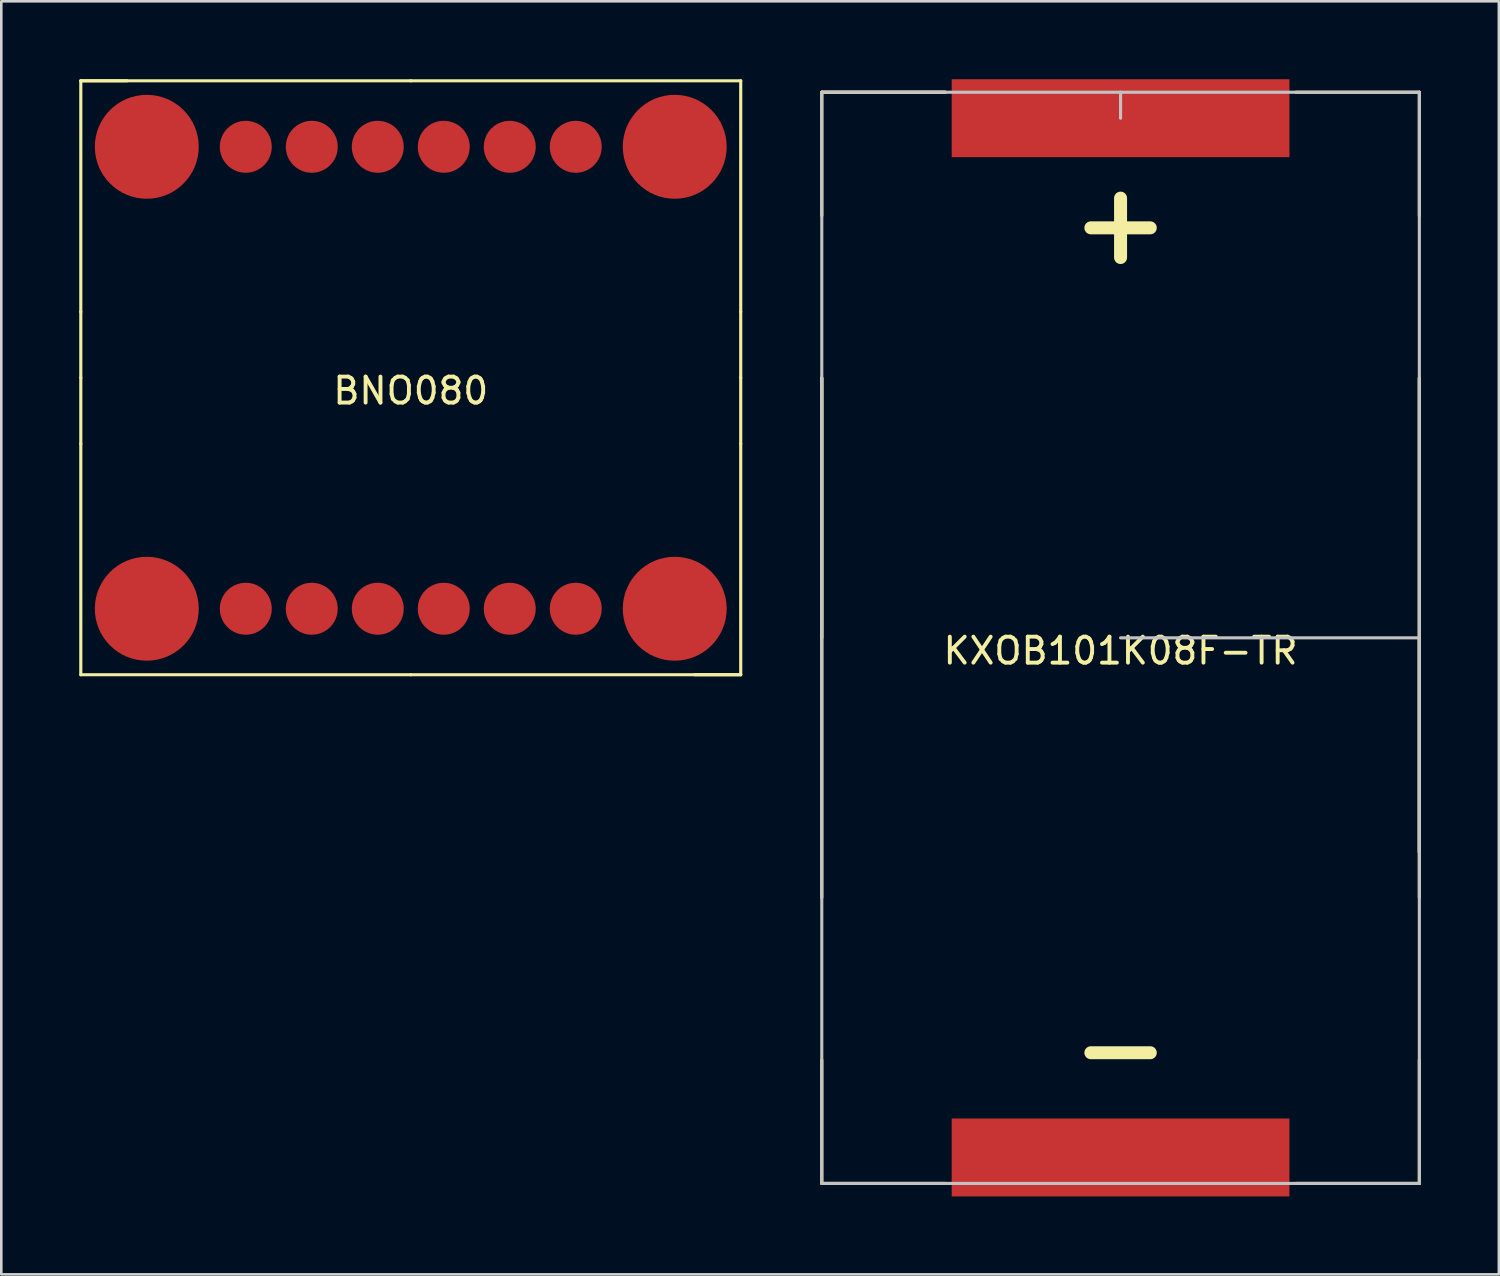
<source format=kicad_pcb>
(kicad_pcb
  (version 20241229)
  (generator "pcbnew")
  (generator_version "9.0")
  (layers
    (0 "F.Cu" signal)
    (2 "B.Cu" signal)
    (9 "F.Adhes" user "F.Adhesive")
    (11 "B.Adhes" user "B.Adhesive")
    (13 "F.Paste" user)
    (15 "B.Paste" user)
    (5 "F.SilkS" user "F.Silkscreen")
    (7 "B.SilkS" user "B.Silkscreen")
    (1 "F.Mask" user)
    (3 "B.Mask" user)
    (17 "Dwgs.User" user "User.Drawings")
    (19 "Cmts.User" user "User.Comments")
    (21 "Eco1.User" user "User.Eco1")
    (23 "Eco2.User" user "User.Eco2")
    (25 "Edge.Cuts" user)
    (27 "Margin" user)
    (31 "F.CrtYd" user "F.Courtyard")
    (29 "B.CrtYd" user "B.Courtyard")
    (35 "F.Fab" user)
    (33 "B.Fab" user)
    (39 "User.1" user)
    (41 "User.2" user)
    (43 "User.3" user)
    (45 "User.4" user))
  (footprint "BNO080"
    (layer "F.Cu")
    (at 12.76 11.49)
    (property "Reference" "BNO080" (at 0 0.5 0) (layer "F.SilkS") (effects (font (size 1 1) (thickness 0.15))))
    (attr through_hole)
    (fp_line (start -12.7 -11.43) (end -10.922 -11.43) (stroke (width 0.12) (type solid)) (layer "F.SilkS"))
    (fp_line (start -12.7 -2.54) (end -12.7 -11.43) (stroke (width 0.12) (type solid)) (layer "F.SilkS"))
    (fp_line (start -12.7 -2.54) (end -12.7 0) (stroke (width 0.12) (type solid)) (layer "F.SilkS"))
    (fp_line (start -12.7 2.54) (end -12.7 0) (stroke (width 0.12) (type solid)) (layer "F.SilkS"))
    (fp_line (start -12.7 2.54) (end -12.7 11.43) (stroke (width 0.12) (type solid)) (layer "F.SilkS"))
    (fp_line (start 0 -11.43) (end -12.7 -11.43) (stroke (width 0.12) (type solid)) (layer "F.SilkS"))
    (fp_line (start 0 -11.43) (end 12.7 -11.43) (stroke (width 0.12) (type solid)) (layer "F.SilkS"))
    (fp_line (start 0 11.43) (end -12.7 11.43) (stroke (width 0.12) (type solid)) (layer "F.SilkS"))
    (fp_line (start 0 11.43) (end 12.7 11.43) (stroke (width 0.12) (type solid)) (layer "F.SilkS"))
    (fp_line (start 12.7 -2.54) (end 12.7 -11.43) (stroke (width 0.12) (type solid)) (layer "F.SilkS"))
    (fp_line (start 12.7 -2.54) (end 12.7 0) (stroke (width 0.12) (type solid)) (layer "F.SilkS"))
    (fp_line (start 12.7 2.54) (end 12.7 0) (stroke (width 0.12) (type solid)) (layer "F.SilkS"))
    (fp_line (start 12.7 2.54) (end 12.7 11.43) (stroke (width 0.12) (type solid)) (layer "F.SilkS"))
    (fp_line (start 12.7 11.43) (end 10.922 11.43) (stroke (width 0.12) (type solid)) (layer "F.SilkS"))
    (pad "1" smd circle (at -6.35 8.89) (size 2 2) (layers "F.Cu" "F.Mask" "F.Paste"))
    (pad "2" smd circle (at -3.81 8.89) (size 2 2) (layers "F.Cu" "F.Mask" "F.Paste"))
    (pad "3" smd circle (at -1.27 8.89) (size 2 2) (layers "F.Cu" "F.Mask" "F.Paste"))
    (pad "4" smd circle (at 1.27 8.89) (size 2 2) (layers "F.Cu" "F.Mask" "F.Paste"))
    (pad "5" smd circle (at 3.81 8.89) (size 2 2) (layers "F.Cu" "F.Mask" "F.Paste"))
    (pad "6" smd circle (at 6.35 8.89) (size 2 2) (layers "F.Cu" "F.Mask" "F.Paste"))
    (pad "7" smd circle (at -6.35 -8.89 180) (size 2 2) (layers "F.Cu" "F.Mask" "F.Paste"))
    (pad "8" smd circle (at -3.81 -8.89 180) (size 2 2) (layers "F.Cu" "F.Mask" "F.Paste"))
    (pad "9" smd circle (at -1.27 -8.89 180) (size 2 2) (layers "F.Cu" "F.Mask" "F.Paste"))
    (pad "10" smd circle (at 1.27 -8.89 180) (size 2 2) (layers "F.Cu" "F.Mask" "F.Paste"))
    (pad "11" smd circle (at 3.81 -8.89 180) (size 2 2) (layers "F.Cu" "F.Mask" "F.Paste"))
    (pad "12" smd circle (at 6.35 -8.89 180) (size 2 2) (layers "F.Cu" "F.Mask" "F.Paste"))
    (pad "13" smd circle (at -10.16 8.89) (size 4 4) (layers "F.Cu" "F.Mask" "F.Paste"))
    (pad "14" smd circle (at 10.16 8.89) (size 4 4) (layers "F.Cu" "F.Mask" "F.Paste"))
    (pad "15" smd circle (at -10.16 -8.89 180) (size 4 4) (layers "F.Cu" "F.Mask" "F.Paste"))
    (pad "16" smd circle (at 10.16 -8.89 180) (size 4 4) (layers "F.Cu" "F.Mask" "F.Paste")))
  (footprint "KXOB101K08F-TR"
    (layer "F.Cu")
    (at 40.08 21.5)
    (property "Reference" "KXOB101K08F-TR" (at 0 0.5 0) (layer "F.SilkS") (effects (font (size 1 1) (thickness 0.15))))
    (attr through_hole)
    (fp_line (start -11.5 -21) (end -11.5 -16.25) (stroke (width 0.12) (type solid)) (layer "F.SilkS"))
    (fp_line (start -11.5 -21) (end -6.75 -21) (stroke (width 0.12) (type solid)) (layer "F.SilkS"))
    (fp_line (start -11.5 -10) (end -11.5 10) (stroke (width 0.12) (type solid)) (layer "F.SilkS"))
    (fp_line (start -11.5 0) (end -11.5 -10) (stroke (width 0.12) (type solid)) (layer "F.SilkS"))
    (fp_line (start -11.5 21) (end -11.5 16.25) (stroke (width 0.12) (type solid)) (layer "F.SilkS"))
    (fp_line (start -11.5 21) (end -6.75 21) (stroke (width 0.12) (type solid)) (layer "F.SilkS"))
    (fp_line (start -6.75 -21) (end -11.5 -21) (stroke (width 0.12) (type solid)) (layer "F.SilkS"))
    (fp_line (start 6.75 -21) (end 11.5 -21) (stroke (width 0.12) (type solid)) (layer "F.SilkS"))
    (fp_line (start 6.75 21) (end 11.5 21) (stroke (width 0.12) (type solid)) (layer "F.SilkS"))
    (fp_line (start 11.5 -21) (end 11.5 -16.25) (stroke (width 0.12) (type solid)) (layer "F.SilkS"))
    (fp_line (start 11.5 -10) (end 11.5 8.25) (stroke (width 0.12) (type solid)) (layer "F.SilkS"))
    (fp_line (start 11.5 0) (end 11.5 -10) (stroke (width 0.12) (type solid)) (layer "F.SilkS"))
    (fp_line (start 11.5 0) (end 11.5 10) (stroke (width 0.12) (type solid)) (layer "F.SilkS"))
    (fp_line (start 11.5 8.25) (end 11.5 0) (stroke (width 0.12) (type solid)) (layer "F.SilkS"))
    (fp_line (start 11.5 21) (end 11.5 16.25) (stroke (width 0.12) (type solid)) (layer "F.SilkS"))
    (fp_line (start -11.5 -21) (end -11.5 21) (stroke (width 0.12) (type solid)) (layer "Dwgs.User"))
    (fp_line (start -11.5 21) (end 11.5 21) (stroke (width 0.12) (type solid)) (layer "Dwgs.User"))
    (fp_line (start 0 -21) (end 0 -20) (stroke (width 0.12) (type solid)) (layer "Dwgs.User"))
    (fp_line (start 0 0) (end 11.5 0) (stroke (width 0.12) (type solid)) (layer "Dwgs.User"))
    (fp_line (start 11.5 -21) (end -11.5 -21) (stroke (width 0.12) (type solid)) (layer "Dwgs.User"))
    (fp_line (start 11.5 0) (end 11.5 -21) (stroke (width 0.12) (type solid)) (layer "Dwgs.User"))
    (fp_line (start 11.5 21) (end 11.5 0) (stroke (width 0.12) (type solid)) (layer "Dwgs.User"))
    (fp_text user "-" (at 0 15.75 0) (layer "F.SilkS") (effects (font (size 3 3) (thickness 0.5))))
    (fp_text user "+" (at 0 -16 0) (layer "F.SilkS") (effects (font (size 3 3) (thickness 0.5))))
    (pad "1" smd rect (at 0 -20) (size 13 3) (layers "F.Cu" "F.Mask" "F.Paste"))
    (pad "2" smd rect (at 0 20) (size 13 3) (layers "F.Cu" "F.Mask" "F.Paste")))
  (gr_rect
    (start -3 -3)
    (end 54.64 46)
    (stroke (width 0.1) (type default))
    (fill no)
    (layer "Edge.Cuts")))
</source>
